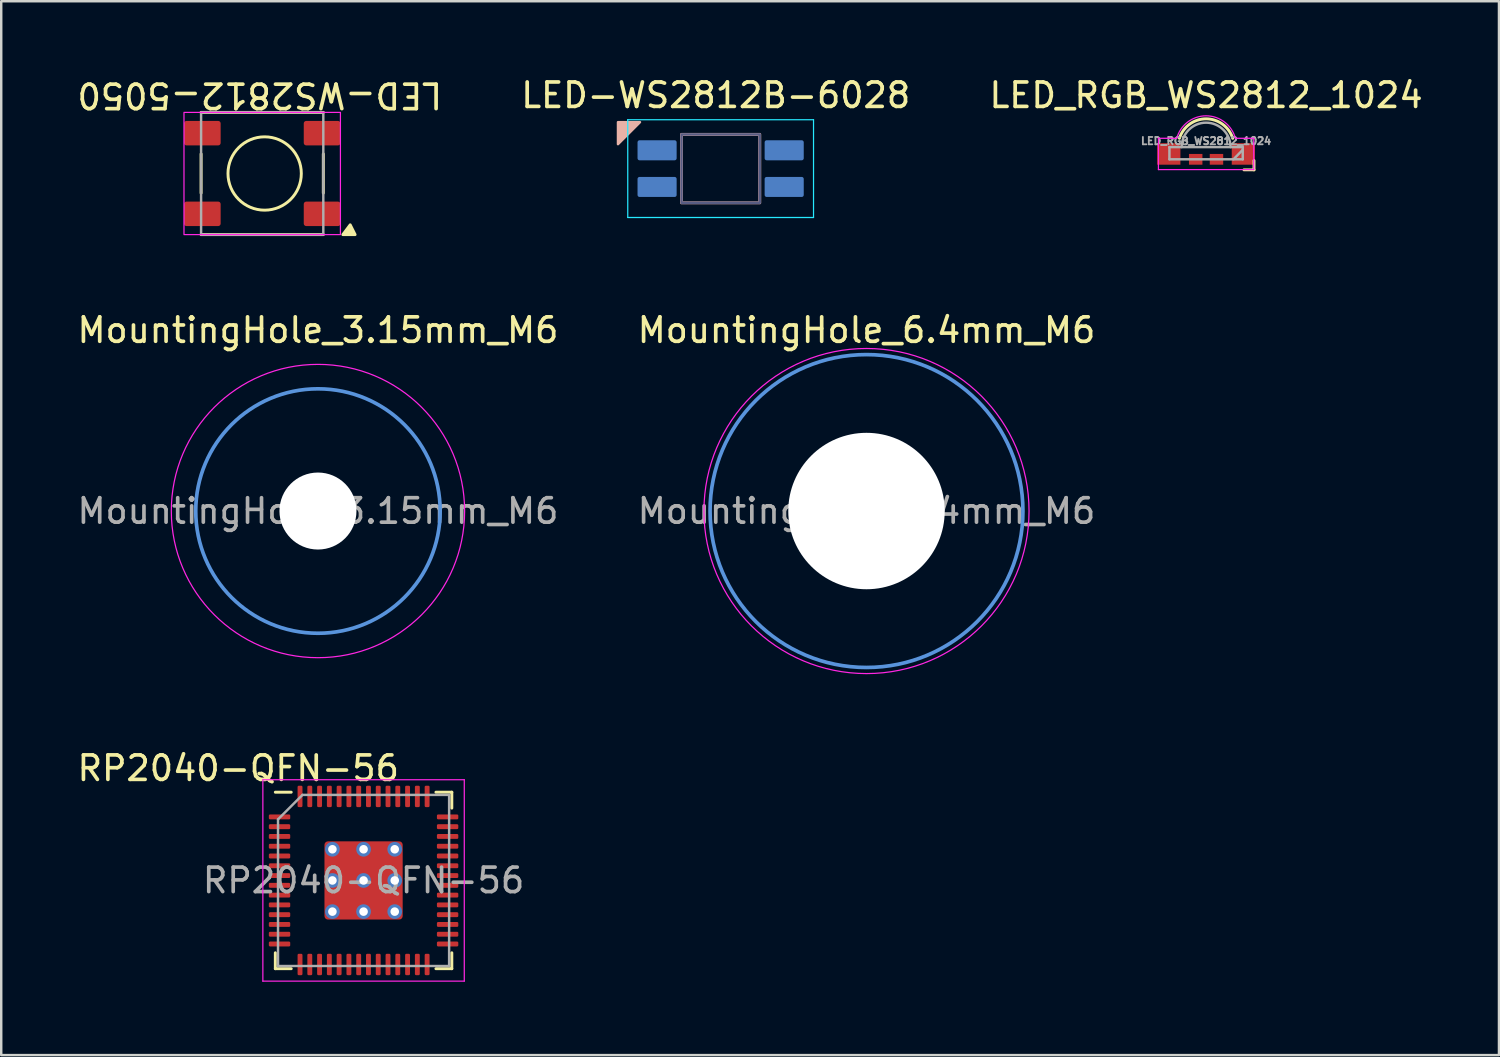
<source format=kicad_pcb>
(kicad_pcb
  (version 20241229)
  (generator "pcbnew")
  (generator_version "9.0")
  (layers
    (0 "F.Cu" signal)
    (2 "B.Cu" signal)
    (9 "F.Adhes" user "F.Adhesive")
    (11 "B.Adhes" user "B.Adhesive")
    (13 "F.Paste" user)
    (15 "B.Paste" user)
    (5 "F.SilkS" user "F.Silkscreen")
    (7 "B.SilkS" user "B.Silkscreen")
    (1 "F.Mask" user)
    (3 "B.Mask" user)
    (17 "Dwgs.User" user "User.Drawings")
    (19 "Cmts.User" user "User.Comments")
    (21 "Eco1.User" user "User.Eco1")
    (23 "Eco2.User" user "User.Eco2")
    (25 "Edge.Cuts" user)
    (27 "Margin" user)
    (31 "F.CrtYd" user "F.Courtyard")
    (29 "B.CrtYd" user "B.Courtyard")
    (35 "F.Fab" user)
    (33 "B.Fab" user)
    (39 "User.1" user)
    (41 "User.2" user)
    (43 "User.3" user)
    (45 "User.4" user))
  (footprint "RP2040-QFN-56"
    (layer "F.Cu")
    (at 11.824 32.97)
    (property "Reference" "RP2040-QFN-56" (at -5.127 -4.59 0) (layer "F.SilkS") (effects (font (size 1 1) (thickness 0.15))))
    (attr smd)
    (fp_line (start -3.61 -3.61) (end -2.96 -3.61) (stroke (width 0.12) (type solid)) (layer "F.SilkS"))
    (fp_line (start -3.61 2.96) (end -3.61 3.61) (stroke (width 0.12) (type solid)) (layer "F.SilkS"))
    (fp_line (start -3.61 3.61) (end -2.96 3.61) (stroke (width 0.12) (type solid)) (layer "F.SilkS"))
    (fp_line (start 3.61 -3.61) (end 2.96 -3.61) (stroke (width 0.12) (type solid)) (layer "F.SilkS"))
    (fp_line (start 3.61 -2.96) (end 3.61 -3.61) (stroke (width 0.12) (type solid)) (layer "F.SilkS"))
    (fp_line (start 3.61 2.96) (end 3.61 3.61) (stroke (width 0.12) (type solid)) (layer "F.SilkS"))
    (fp_line (start 3.61 3.61) (end 2.96 3.61) (stroke (width 0.12) (type solid)) (layer "F.SilkS"))
    (fp_line (start -4.12 -4.12) (end 4.12 -4.12) (stroke (width 0.05) (type solid)) (layer "F.CrtYd"))
    (fp_line (start -4.12 4.12) (end -4.12 -4.12) (stroke (width 0.05) (type solid)) (layer "F.CrtYd"))
    (fp_line (start 4.12 -4.12) (end 4.12 4.12) (stroke (width 0.05) (type solid)) (layer "F.CrtYd"))
    (fp_line (start 4.12 4.12) (end -4.12 4.12) (stroke (width 0.05) (type solid)) (layer "F.CrtYd"))
    (fp_line (start -3.5 -2.5) (end -3.5 3.5) (stroke (width 0.1) (type solid)) (layer "F.Fab"))
    (fp_line (start -3.5 3.5) (end 3.5 3.5) (stroke (width 0.1) (type solid)) (layer "F.Fab"))
    (fp_line (start -2.5 -3.5) (end -3.5 -2.5) (stroke (width 0.1) (type solid)) (layer "F.Fab"))
    (fp_line (start 3.5 -3.5) (end -2.5 -3.5) (stroke (width 0.1) (type solid)) (layer "F.Fab"))
    (fp_line (start 3.5 3.5) (end 3.5 -3.5) (stroke (width 0.1) (type solid)) (layer "F.Fab"))
    (fp_text user "${REFERENCE}" (at 0 0 0) (layer "F.Fab") (effects (font (size 1 1) (thickness 0.15))))
    (pad "" smd roundrect (at -0.637 -0.637) (size 1.084 1.084) (layers "F.Paste") (roundrect_rratio 0.231))
    (pad "" smd roundrect (at -0.637 0.637) (size 1.084 1.084) (layers "F.Paste") (roundrect_rratio 0.231))
    (pad "" smd roundrect (at 0.637 -0.637) (size 1.084 1.084) (layers "F.Paste") (roundrect_rratio 0.231))
    (pad "" smd roundrect (at 0.637 0.637) (size 1.084 1.084) (layers "F.Paste") (roundrect_rratio 0.231))
    (pad "1" smd roundrect (at -3.438 -2.6) (size 0.875 0.2) (layers "F.Cu" "F.Mask" "F.Paste") (roundrect_rratio 0.25))
    (pad "2" smd roundrect (at -3.438 -2.2) (size 0.875 0.2) (layers "F.Cu" "F.Mask" "F.Paste") (roundrect_rratio 0.25))
    (pad "3" smd roundrect (at -3.438 -1.8) (size 0.875 0.2) (layers "F.Cu" "F.Mask" "F.Paste") (roundrect_rratio 0.25))
    (pad "4" smd roundrect (at -3.438 -1.4) (size 0.875 0.2) (layers "F.Cu" "F.Mask" "F.Paste") (roundrect_rratio 0.25))
    (pad "5" smd roundrect (at -3.438 -1) (size 0.875 0.2) (layers "F.Cu" "F.Mask" "F.Paste") (roundrect_rratio 0.25))
    (pad "6" smd roundrect (at -3.438 -0.6) (size 0.875 0.2) (layers "F.Cu" "F.Mask" "F.Paste") (roundrect_rratio 0.25))
    (pad "7" smd roundrect (at -3.438 -0.2) (size 0.875 0.2) (layers "F.Cu" "F.Mask" "F.Paste") (roundrect_rratio 0.25))
    (pad "8" smd roundrect (at -3.438 0.2) (size 0.875 0.2) (layers "F.Cu" "F.Mask" "F.Paste") (roundrect_rratio 0.25))
    (pad "9" smd roundrect (at -3.438 0.6) (size 0.875 0.2) (layers "F.Cu" "F.Mask" "F.Paste") (roundrect_rratio 0.25))
    (pad "10" smd roundrect (at -3.438 1) (size 0.875 0.2) (layers "F.Cu" "F.Mask" "F.Paste") (roundrect_rratio 0.25))
    (pad "11" smd roundrect (at -3.438 1.4) (size 0.875 0.2) (layers "F.Cu" "F.Mask" "F.Paste") (roundrect_rratio 0.25))
    (pad "12" smd roundrect (at -3.438 1.8) (size 0.875 0.2) (layers "F.Cu" "F.Mask" "F.Paste") (roundrect_rratio 0.25))
    (pad "13" smd roundrect (at -3.438 2.2) (size 0.875 0.2) (layers "F.Cu" "F.Mask" "F.Paste") (roundrect_rratio 0.25))
    (pad "14" smd roundrect (at -3.438 2.6) (size 0.875 0.2) (layers "F.Cu" "F.Mask" "F.Paste") (roundrect_rratio 0.25))
    (pad "15" smd roundrect (at -2.6 3.438) (size 0.2 0.875) (layers "F.Cu" "F.Mask" "F.Paste") (roundrect_rratio 0.25))
    (pad "16" smd roundrect (at -2.2 3.438) (size 0.2 0.875) (layers "F.Cu" "F.Mask" "F.Paste") (roundrect_rratio 0.25))
    (pad "17" smd roundrect (at -1.8 3.438) (size 0.2 0.875) (layers "F.Cu" "F.Mask" "F.Paste") (roundrect_rratio 0.25))
    (pad "18" smd roundrect (at -1.4 3.438) (size 0.2 0.875) (layers "F.Cu" "F.Mask" "F.Paste") (roundrect_rratio 0.25))
    (pad "19" smd roundrect (at -1 3.438) (size 0.2 0.875) (layers "F.Cu" "F.Mask" "F.Paste") (roundrect_rratio 0.25))
    (pad "20" smd roundrect (at -0.6 3.438) (size 0.2 0.875) (layers "F.Cu" "F.Mask" "F.Paste") (roundrect_rratio 0.25))
    (pad "21" smd roundrect (at -0.2 3.438) (size 0.2 0.875) (layers "F.Cu" "F.Mask" "F.Paste") (roundrect_rratio 0.25))
    (pad "22" smd roundrect (at 0.2 3.438) (size 0.2 0.875) (layers "F.Cu" "F.Mask" "F.Paste") (roundrect_rratio 0.25))
    (pad "23" smd roundrect (at 0.6 3.438) (size 0.2 0.875) (layers "F.Cu" "F.Mask" "F.Paste") (roundrect_rratio 0.25))
    (pad "24" smd roundrect (at 1 3.438) (size 0.2 0.875) (layers "F.Cu" "F.Mask" "F.Paste") (roundrect_rratio 0.25))
    (pad "25" smd roundrect (at 1.4 3.438) (size 0.2 0.875) (layers "F.Cu" "F.Mask" "F.Paste") (roundrect_rratio 0.25))
    (pad "26" smd roundrect (at 1.8 3.438) (size 0.2 0.875) (layers "F.Cu" "F.Mask" "F.Paste") (roundrect_rratio 0.25))
    (pad "27" smd roundrect (at 2.2 3.438) (size 0.2 0.875) (layers "F.Cu" "F.Mask" "F.Paste") (roundrect_rratio 0.25))
    (pad "28" smd roundrect (at 2.6 3.438) (size 0.2 0.875) (layers "F.Cu" "F.Mask" "F.Paste") (roundrect_rratio 0.25))
    (pad "29" smd roundrect (at 3.438 2.6) (size 0.875 0.2) (layers "F.Cu" "F.Mask" "F.Paste") (roundrect_rratio 0.25))
    (pad "30" smd roundrect (at 3.438 2.2) (size 0.875 0.2) (layers "F.Cu" "F.Mask" "F.Paste") (roundrect_rratio 0.25))
    (pad "31" smd roundrect (at 3.438 1.8) (size 0.875 0.2) (layers "F.Cu" "F.Mask" "F.Paste") (roundrect_rratio 0.25))
    (pad "32" smd roundrect (at 3.438 1.4) (size 0.875 0.2) (layers "F.Cu" "F.Mask" "F.Paste") (roundrect_rratio 0.25))
    (pad "33" smd roundrect (at 3.438 1) (size 0.875 0.2) (layers "F.Cu" "F.Mask" "F.Paste") (roundrect_rratio 0.25))
    (pad "34" smd roundrect (at 3.438 0.6) (size 0.875 0.2) (layers "F.Cu" "F.Mask" "F.Paste") (roundrect_rratio 0.25))
    (pad "35" smd roundrect (at 3.438 0.2) (size 0.875 0.2) (layers "F.Cu" "F.Mask" "F.Paste") (roundrect_rratio 0.25))
    (pad "36" smd roundrect (at 3.438 -0.2) (size 0.875 0.2) (layers "F.Cu" "F.Mask" "F.Paste") (roundrect_rratio 0.25))
    (pad "37" smd roundrect (at 3.438 -0.6) (size 0.875 0.2) (layers "F.Cu" "F.Mask" "F.Paste") (roundrect_rratio 0.25))
    (pad "38" smd roundrect (at 3.438 -1) (size 0.875 0.2) (layers "F.Cu" "F.Mask" "F.Paste") (roundrect_rratio 0.25))
    (pad "39" smd roundrect (at 3.438 -1.4) (size 0.875 0.2) (layers "F.Cu" "F.Mask" "F.Paste") (roundrect_rratio 0.25))
    (pad "40" smd roundrect (at 3.438 -1.8) (size 0.875 0.2) (layers "F.Cu" "F.Mask" "F.Paste") (roundrect_rratio 0.25))
    (pad "41" smd roundrect (at 3.438 -2.2) (size 0.875 0.2) (layers "F.Cu" "F.Mask" "F.Paste") (roundrect_rratio 0.25))
    (pad "42" smd roundrect (at 3.438 -2.6) (size 0.875 0.2) (layers "F.Cu" "F.Mask" "F.Paste") (roundrect_rratio 0.25))
    (pad "43" smd roundrect (at 2.6 -3.438) (size 0.2 0.875) (layers "F.Cu" "F.Mask" "F.Paste") (roundrect_rratio 0.25))
    (pad "44" smd roundrect (at 2.2 -3.438) (size 0.2 0.875) (layers "F.Cu" "F.Mask" "F.Paste") (roundrect_rratio 0.25))
    (pad "45" smd roundrect (at 1.8 -3.438) (size 0.2 0.875) (layers "F.Cu" "F.Mask" "F.Paste") (roundrect_rratio 0.25))
    (pad "46" smd roundrect (at 1.4 -3.438) (size 0.2 0.875) (layers "F.Cu" "F.Mask" "F.Paste") (roundrect_rratio 0.25))
    (pad "47" smd roundrect (at 1 -3.438) (size 0.2 0.875) (layers "F.Cu" "F.Mask" "F.Paste") (roundrect_rratio 0.25))
    (pad "48" smd roundrect (at 0.6 -3.438) (size 0.2 0.875) (layers "F.Cu" "F.Mask" "F.Paste") (roundrect_rratio 0.25))
    (pad "49" smd roundrect (at 0.2 -3.438) (size 0.2 0.875) (layers "F.Cu" "F.Mask" "F.Paste") (roundrect_rratio 0.25))
    (pad "50" smd roundrect (at -0.2 -3.438) (size 0.2 0.875) (layers "F.Cu" "F.Mask" "F.Paste") (roundrect_rratio 0.25))
    (pad "51" smd roundrect (at -0.6 -3.438) (size 0.2 0.875) (layers "F.Cu" "F.Mask" "F.Paste") (roundrect_rratio 0.25))
    (pad "52" smd roundrect (at -1 -3.438) (size 0.2 0.875) (layers "F.Cu" "F.Mask" "F.Paste") (roundrect_rratio 0.25))
    (pad "53" smd roundrect (at -1.4 -3.438) (size 0.2 0.875) (layers "F.Cu" "F.Mask" "F.Paste") (roundrect_rratio 0.25))
    (pad "54" smd roundrect (at -1.8 -3.438) (size 0.2 0.875) (layers "F.Cu" "F.Mask" "F.Paste") (roundrect_rratio 0.25))
    (pad "55" smd roundrect (at -2.2 -3.438) (size 0.2 0.875) (layers "F.Cu" "F.Mask" "F.Paste") (roundrect_rratio 0.25))
    (pad "56" smd roundrect (at -2.6 -3.438) (size 0.2 0.875) (layers "F.Cu" "F.Mask" "F.Paste") (roundrect_rratio 0.25))
    (pad "57" thru_hole circle (at -1.275 -1.275) (size 0.6 0.6) (drill 0.35) (layers "*.Cu"))
    (pad "57" thru_hole circle (at -1.275 0) (size 0.6 0.6) (drill 0.35) (layers "*.Cu"))
    (pad "57" thru_hole circle (at -1.275 1.275) (size 0.6 0.6) (drill 0.35) (layers "*.Cu"))
    (pad "57" thru_hole circle (at 0 -1.275) (size 0.6 0.6) (drill 0.35) (layers "*.Cu"))
    (pad "57" thru_hole circle (at 0 0) (size 0.6 0.6) (drill 0.35) (layers "*.Cu"))
    (pad "57" smd roundrect (at 0 0) (size 3.2 3.2) (layers "F.Cu" "F.Mask") (roundrect_rratio 0.045))
    (pad "57" thru_hole circle (at 0 1.275) (size 0.6 0.6) (drill 0.35) (layers "*.Cu"))
    (pad "57" thru_hole circle (at 1.275 -1.275) (size 0.6 0.6) (drill 0.35) (layers "*.Cu"))
    (pad "57" thru_hole circle (at 1.275 0) (size 0.6 0.6) (drill 0.35) (layers "*.Cu"))
    (pad "57" thru_hole circle (at 1.275 1.275) (size 0.6 0.6) (drill 0.35) (layers "*.Cu")))
  (footprint "LED-WS2812-5050"
    (layer "F.Cu")
    (at 7.677 4.048)
    (property "Reference" "LED-WS2812-5050" (at -0.1 -3.2 180) (unlocked yes) (layer "F.SilkS") (effects (font (size 1 1) (thickness 0.15))))
    (attr smd)
    (fp_line (start -2.5 -2.5) (end 2.5 -2.5) (stroke (width 0.12) (type default)) (layer "F.SilkS"))
    (fp_line (start -2.5 -0.8) (end -2.5 0.8) (stroke (width 0.12) (type default)) (layer "F.SilkS"))
    (fp_line (start -2.5 2.5) (end 2.5 2.5) (stroke (width 0.12) (type default)) (layer "F.SilkS"))
    (fp_line (start 2.5 -0.8) (end 2.5 0.8) (stroke (width 0.12) (type default)) (layer "F.SilkS"))
    (fp_circle (center 0.1 0) (end 1.6 0) (stroke (width 0.12) (type default)) (fill no) (layer "F.SilkS"))
    (fp_poly (pts (xy 3.3 2.5) (xy 3.6 2.1) (xy 3.8 2.5)) (stroke (width 0.12) (type solid)) (fill yes) (layer "F.SilkS"))
    (fp_poly (pts (xy 3.2 2.5) (xy -3.2 2.5) (xy -3.2 -2.5) (xy 3.2 -2.5)) (stroke (width 0.05) (type default)) (fill no) (layer "F.CrtYd"))
    (fp_poly (pts (xy 2.5 2.5) (xy -2.5 2.5) (xy -2.5 -2.5) (xy 2.5 -2.5)) (stroke (width 0.1) (type default)) (fill no) (layer "F.Fab"))
    (pad "1" smd roundrect (at -2.45 -1.65) (size 1.5 1) (layers "F.Cu" "F.Mask" "F.Paste") (roundrect_rratio 0.1))
    (pad "2" smd roundrect (at -2.45 1.65) (size 1.5 1) (layers "F.Cu" "F.Mask" "F.Paste") (roundrect_rratio 0.1))
    (pad "3" smd roundrect (at 2.45 1.65) (size 1.5 1) (layers "F.Cu" "F.Mask" "F.Paste") (roundrect_rratio 0.1))
    (pad "4" smd roundrect (at 2.45 -1.65) (size 1.5 1) (layers "F.Cu" "F.Mask" "F.Paste") (roundrect_rratio 0.1)))
  (footprint "MountingHole_6.4mm_M6"
    (layer "F.Cu")
    (at 32.399 17.857)
    (property "Reference" "MountingHole_6.4mm_M6" (at 0 -7.4 0) (layer "F.SilkS") (effects (font (size 1 1) (thickness 0.15))))
    (attr exclude_from_pos_files exclude_from_bom)
    (fp_circle (center 0 0) (end 6.4 0) (stroke (width 0.15) (type solid)) (fill no) (layer "Cmts.User"))
    (fp_circle (center 0 0) (end 6.65 0) (stroke (width 0.05) (type solid)) (fill no) (layer "F.CrtYd"))
    (fp_text user "${REFERENCE}" (at 0 0 0) (layer "F.Fab") (effects (font (size 1 1) (thickness 0.15))))
    (pad "" np_thru_hole circle (at 0 0) (size 6.4 6.4) (drill 6.4) (layers "*.Cu" "*.Mask")))
  (footprint "MountingHole_3.15mm_M6"
    (layer "F.Cu")
    (at 9.958 17.857)
    (property "Reference" "MountingHole_3.15mm_M6" (at 0 -7.4 0) (layer "F.SilkS") (effects (font (size 1 1) (thickness 0.15))))
    (attr exclude_from_pos_files)
    (fp_circle (center 0 0) (end 5 0) (stroke (width 0.15) (type solid)) (fill no) (layer "Cmts.User"))
    (fp_circle (center 0 0) (end 6 0) (stroke (width 0.05) (type solid)) (fill no) (layer "F.CrtYd"))
    (fp_text user "${REFERENCE}" (at 0 0 0) (layer "F.Fab") (effects (font (size 1 1) (thickness 0.15))))
    (pad "" np_thru_hole circle (at 0 0) (size 3.15 3.15) (drill 3.15) (layers "*.Cu" "*.Mask")))
  (footprint "LED_RGB_WS2812_1024"
    (layer "F.Cu")
    (at 46.292 3.718)
    (property "Reference" "LED_RGB_WS2812_1024" (at 0 -2.87 0) (layer "F.SilkS") (effects (font (size 1 1) (thickness 0.15))))
    (attr smd)
    (fp_line (start 1.96 -0.2) (end 1.96 0.18) (stroke (width 0.12) (type solid)) (layer "F.SilkS"))
    (fp_line (start 1.96 0.18) (end 1.55 0.18) (stroke (width 0.12) (type solid)) (layer "F.SilkS"))
    (fp_arc (start -1.09 -1.11) (mid 0 -1.907104) (end 1.09 -1.11) (stroke (width 0.12) (type solid)) (layer "F.SilkS"))
    (fp_line (start -1.95 -1.11) (end -1.2 -1.11) (stroke (width 0.05) (type solid)) (layer "F.CrtYd"))
    (fp_line (start -1.95 0.17) (end -1.95 -1.11) (stroke (width 0.05) (type solid)) (layer "F.CrtYd"))
    (fp_line (start -1.95 0.17) (end 1.95 0.17) (stroke (width 0.05) (type solid)) (layer "F.CrtYd"))
    (fp_line (start 1.2 -1.11) (end 1.95 -1.11) (stroke (width 0.05) (type solid)) (layer "F.CrtYd"))
    (fp_line (start 1.95 0.17) (end 1.95 -1.11) (stroke (width 0.05) (type solid)) (layer "F.CrtYd"))
    (fp_arc (start -1.200001 -1.11) (mid 0 -2.03) (end 1.200001 -1.11) (stroke (width 0.05) (type solid)) (layer "F.CrtYd"))
    (fp_line (start -1.5 -0.75) (end -1.5 -0.25) (stroke (width 0.1) (type solid)) (layer "F.Fab"))
    (fp_line (start -1.5 -0.25) (end 1.5 -0.25) (stroke (width 0.1) (type solid)) (layer "F.Fab"))
    (fp_line (start 1.5 -0.75) (end -1.5 -0.75) (stroke (width 0.1) (type solid)) (layer "F.Fab"))
    (fp_line (start 1.5 -0.64) (end 1.12 -0.25) (stroke (width 0.1) (type solid)) (layer "F.Fab"))
    (fp_line (start 1.5 -0.25) (end 1.5 -0.75) (stroke (width 0.1) (type solid)) (layer "F.Fab"))
    (fp_arc (start -1 -0.75) (mid 0 -1.75) (end 1 -0.75) (stroke (width 0.1) (type solid)) (layer "F.Fab"))
    (fp_text user "${REFERENCE}" (at 0 -1 0) (layer "F.Fab") (effects (font (size 0.3 0.3) (thickness 0.075))))
    (pad "1" smd rect (at -1.525 -0.47) (size 0.95 0.88) (layers "F.Cu" "F.Mask" "F.Paste"))
    (pad "2" smd rect (at 1.525 -0.47) (size 0.95 0.88) (layers "F.Cu" "F.Mask" "F.Paste"))
    (pad "3" smd rect (at -0.425 -0.25) (size 0.55 0.44) (layers "F.Cu" "F.Mask" "F.Paste"))
    (pad "4" smd rect (at 0.425 -0.25) (size 0.55 0.44) (layers "F.Cu" "F.Mask" "F.Paste")))
  (footprint "LED-WS2812B-6028"
    (layer "F.Cu")
    (at 26.432 3.848)
    (property "Reference" "LED-WS2812B-6028" (at -0.2 -3 0) (layer "F.SilkS") (effects (font (size 1 1) (thickness 0.15))))
    (attr through_hole)
    (fp_rect (start -1.6 -1.4) (end 1.6 1.4) (stroke (width 0.12) (type default)) (fill no) (layer "B.SilkS"))
    (fp_poly (pts (xy -4.2 -1) (xy -3.3 -1.9) (xy -4.2 -1.9)) (stroke (width 0.1) (type solid)) (fill yes) (layer "B.SilkS"))
    (fp_line (start -3.8 -2) (end -3.8 2) (stroke (width 0.05) (type solid)) (layer "B.CrtYd"))
    (fp_line (start -3.8 2) (end 3.8 2) (stroke (width 0.05) (type solid)) (layer "B.CrtYd"))
    (fp_line (start 3.8 -2) (end -3.8 -2) (stroke (width 0.05) (type default)) (layer "B.CrtYd"))
    (fp_line (start 3.8 2) (end 3.8 -2) (stroke (width 0.05) (type solid)) (layer "B.CrtYd"))
    (fp_rect (start -1.6 -1.4) (end 1.6 1.4) (stroke (width 0.1) (type default)) (fill no) (layer "B.Fab"))
    (pad "1" smd roundrect (at 2.6 0.75 90) (size 0.82 1.6) (layers "B.Cu" "B.Mask" "B.Paste") (roundrect_rratio 0.1))
    (pad "2" smd roundrect (at 2.6 -0.75 90) (size 0.82 1.6) (layers "B.Cu" "B.Mask" "B.Paste") (roundrect_rratio 0.1))
    (pad "3" smd roundrect (at -2.6 -0.75 90) (size 0.82 1.6) (layers "B.Cu" "B.Mask" "B.Paste") (roundrect_rratio 0.1))
    (pad "4" smd roundrect (at -2.6 0.75 90) (size 0.82 1.6) (layers "B.Cu" "B.Mask" "B.Paste") (roundrect_rratio 0.1)))
  (gr_rect
    (start -3 -3)
    (end 58.274 40.115)
    (stroke (width 0.1) (type default))
    (fill no)
    (layer "Edge.Cuts")))
</source>
